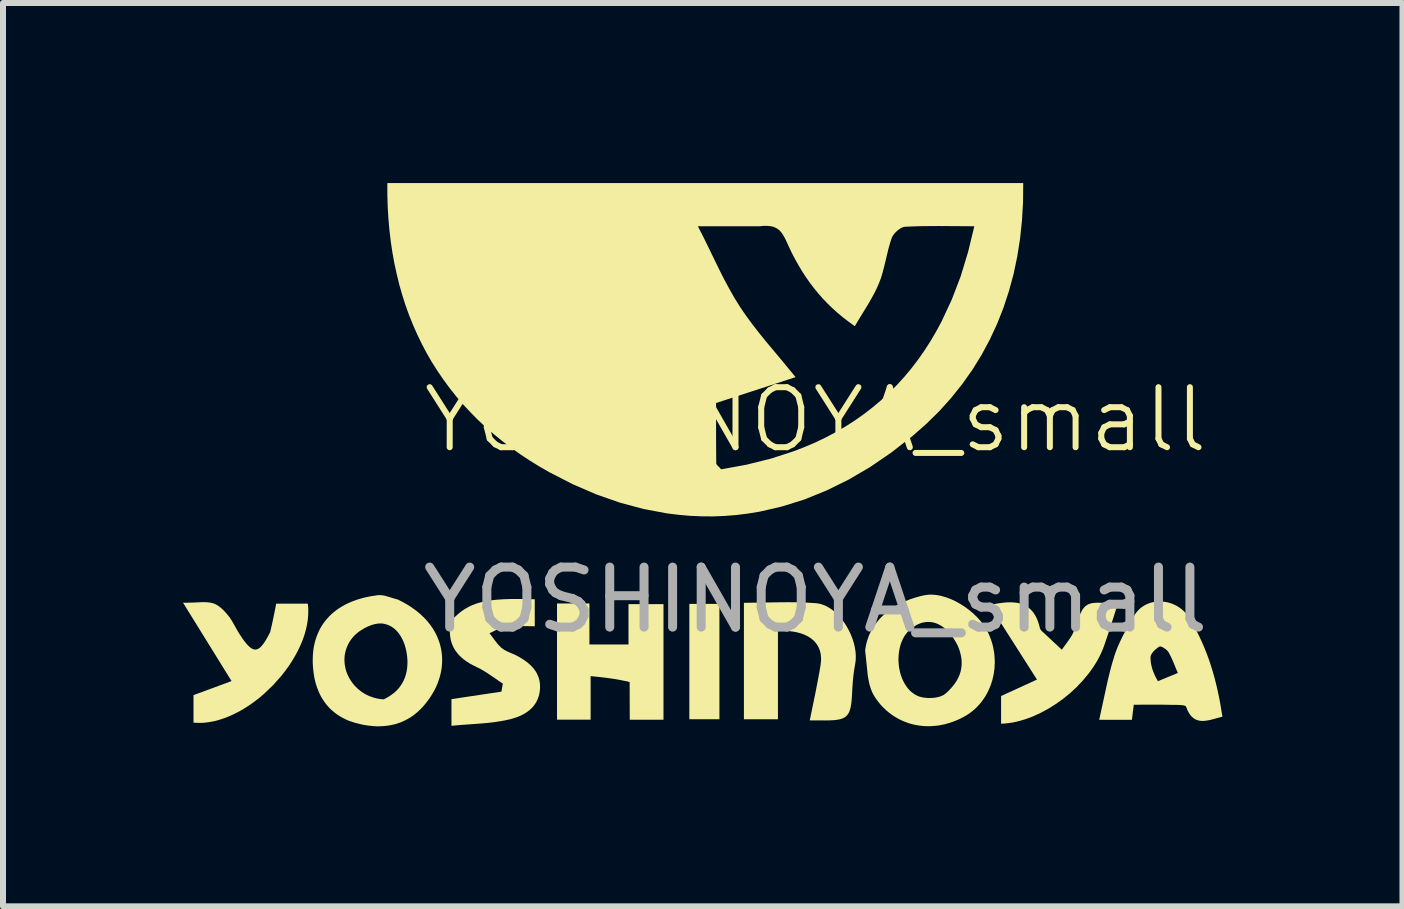
<source format=kicad_pcb>
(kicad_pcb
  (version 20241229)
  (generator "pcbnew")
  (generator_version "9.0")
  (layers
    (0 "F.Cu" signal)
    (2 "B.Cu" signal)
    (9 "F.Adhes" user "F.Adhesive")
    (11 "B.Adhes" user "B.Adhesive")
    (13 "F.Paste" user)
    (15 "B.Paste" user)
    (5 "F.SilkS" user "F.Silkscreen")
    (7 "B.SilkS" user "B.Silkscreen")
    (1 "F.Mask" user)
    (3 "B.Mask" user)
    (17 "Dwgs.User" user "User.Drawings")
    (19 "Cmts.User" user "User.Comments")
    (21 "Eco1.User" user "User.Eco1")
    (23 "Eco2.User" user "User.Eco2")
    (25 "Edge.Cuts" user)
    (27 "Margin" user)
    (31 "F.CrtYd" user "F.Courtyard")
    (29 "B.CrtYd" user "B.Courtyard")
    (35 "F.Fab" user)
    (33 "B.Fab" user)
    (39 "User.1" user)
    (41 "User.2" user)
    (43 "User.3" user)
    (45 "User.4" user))
  (footprint "YOSHINOYA_small"
    (layer "F.Cu")
    (at 10.538 4.444)
    (property "Reference" "YOSHINOYA_small" (at 0 -0.5 0) (unlocked yes) (layer "F.SilkS") (effects (font (size 1 1) (thickness 0.1))))
    (attr smd)
    (fp_poly (pts (xy -1.601 4.49) (xy -2.102 4.49) (xy -2.102 2.568) (xy -1.601 2.568)) (stroke (width 0) (type solid)) (fill yes) (layer "F.SilkS"))
    (fp_poly (pts (xy -3.767 3.244) (xy -3.116 3.244) (xy -3.116 2.572) (xy -2.533 2.572) (xy -2.533 4.498) (xy -3.095 4.498) (xy -3.096 4.199) (xy -3.097 3.87) (xy -3.175 3.852) (xy -3.254 3.836) (xy -3.332 3.822) (xy -3.412 3.81) (xy -3.493 3.799) (xy -3.575 3.789) (xy -3.747 3.771) (xy -3.747 4.497) (xy -4.307 4.497) (xy -4.307 2.561) (xy -3.767 2.561)) (stroke (width 0) (type solid)) (fill yes) (layer "F.SilkS"))
    (fp_poly (pts (xy -10.16 2.54) (xy -10.135 2.541) (xy -10.11 2.544) (xy -10.086 2.547) (xy -10.063 2.552) (xy -10.041 2.557) (xy -10.023 2.563) (xy -10.005 2.57) (xy -9.988 2.579) (xy -9.971 2.588) (xy -9.954 2.599) (xy -9.938 2.611) (xy -9.921 2.623) (xy -9.905 2.636) (xy -9.89 2.65) (xy -9.874 2.664) (xy -9.859 2.679) (xy -9.845 2.694) (xy -9.831 2.71) (xy -9.817 2.725) (xy -9.791 2.756) (xy -9.776 2.774) (xy -9.762 2.793) (xy -9.749 2.812) (xy -9.736 2.832) (xy -9.712 2.872) (xy -9.688 2.913) (xy -9.642 2.996) (xy -9.618 3.037) (xy -9.606 3.057) (xy -9.593 3.077) (xy -9.553 3.138) (xy -9.515 3.19) (xy -9.497 3.213) (xy -9.48 3.234) (xy -9.463 3.252) (xy -9.446 3.269) (xy -9.43 3.284) (xy -9.415 3.297) (xy -9.399 3.307) (xy -9.385 3.316) (xy -9.37 3.322) (xy -9.356 3.326) (xy -9.341 3.328) (xy -9.327 3.328) (xy -9.313 3.326) (xy -9.299 3.322) (xy -9.285 3.316) (xy -9.271 3.307) (xy -9.257 3.297) (xy -9.243 3.284) (xy -9.229 3.269) (xy -9.215 3.252) (xy -9.2 3.233) (xy -9.185 3.212) (xy -9.17 3.189) (xy -9.154 3.163) (xy -9.121 3.105) (xy -9.087 3.039) (xy -9.058 2.917) (xy -9.033 2.799) (xy -9.009 2.683) (xy -8.986 2.564) (xy -8.459 2.564) (xy -8.452 2.648) (xy -8.452 2.733) (xy -8.458 2.82) (xy -8.471 2.907) (xy -8.49 2.995) (xy -8.515 3.083) (xy -8.546 3.172) (xy -8.583 3.26) (xy -8.624 3.347) (xy -8.671 3.434) (xy -8.722 3.52) (xy -8.777 3.604) (xy -8.837 3.686) (xy -8.9 3.767) (xy -9.036 3.92) (xy -9.185 4.063) (xy -9.262 4.129) (xy -9.342 4.191) (xy -9.424 4.25) (xy -9.507 4.304) (xy -9.592 4.354) (xy -9.678 4.398) (xy -9.764 4.438) (xy -9.851 4.472) (xy -9.937 4.501) (xy -10.024 4.523) (xy -10.11 4.539) (xy -10.196 4.549) (xy -10.281 4.551) (xy -10.364 4.547) (xy -10.364 4.088) (xy -9.73 3.854) (xy -10.538 2.549) (xy -10.452 2.548) (xy -10.375 2.546) (xy -10.243 2.54) (xy -10.187 2.539)) (stroke (width 0) (type solid)) (fill yes) (layer "F.SilkS"))
    (fp_poly (pts (xy 3.334 2.547) (xy 3.364 2.552) (xy 3.393 2.558) (xy 3.421 2.566) (xy 3.448 2.575) (xy 3.474 2.586) (xy 3.499 2.599) (xy 3.523 2.613) (xy 3.546 2.629) (xy 3.568 2.646) (xy 3.589 2.666) (xy 3.609 2.687) (xy 3.628 2.71) (xy 3.645 2.735) (xy 3.662 2.762) (xy 3.677 2.791) (xy 3.692 2.823) (xy 3.705 2.856) (xy 3.717 2.891) (xy 3.728 2.929) (xy 3.738 2.969) (xy 3.739 2.972) (xy 3.74 2.976) (xy 3.741 2.979) (xy 3.743 2.983) (xy 3.745 2.986) (xy 3.746 2.989) (xy 3.748 2.992) (xy 3.75 2.996) (xy 3.755 3.002) (xy 3.76 3.008) (xy 3.765 3.015) (xy 3.771 3.021) (xy 3.777 3.027) (xy 3.783 3.033) (xy 3.796 3.044) (xy 3.809 3.056) (xy 3.821 3.067) (xy 3.892 3.134) (xy 3.963 3.2) (xy 4.105 3.332) (xy 4.118 3.312) (xy 4.132 3.292) (xy 4.161 3.252) (xy 4.19 3.213) (xy 4.218 3.173) (xy 4.232 3.153) (xy 4.246 3.133) (xy 4.258 3.113) (xy 4.271 3.092) (xy 4.282 3.072) (xy 4.292 3.05) (xy 4.302 3.029) (xy 4.31 3.007) (xy 4.366 2.846) (xy 4.391 2.782) (xy 4.415 2.726) (xy 4.427 2.702) (xy 4.439 2.68) (xy 4.451 2.659) (xy 4.464 2.641) (xy 4.478 2.625) (xy 4.492 2.61) (xy 4.508 2.598) (xy 4.524 2.587) (xy 4.541 2.577) (xy 4.56 2.569) (xy 4.58 2.563) (xy 4.602 2.557) (xy 4.626 2.553) (xy 4.651 2.551) (xy 4.678 2.549) (xy 4.707 2.548) (xy 4.773 2.55) (xy 4.849 2.555) (xy 5.034 2.571) (xy 4.983 2.736) (xy 4.93 2.901) (xy 4.875 3.07) (xy 4.816 3.245) (xy 4.793 3.308) (xy 4.767 3.37) (xy 4.738 3.432) (xy 4.706 3.494) (xy 4.67 3.555) (xy 4.632 3.615) (xy 4.591 3.674) (xy 4.548 3.732) (xy 4.454 3.845) (xy 4.352 3.953) (xy 4.242 4.055) (xy 4.125 4.15) (xy 4.003 4.237) (xy 3.877 4.316) (xy 3.748 4.385) (xy 3.617 4.445) (xy 3.551 4.47) (xy 3.485 4.493) (xy 3.418 4.513) (xy 3.352 4.53) (xy 3.287 4.544) (xy 3.221 4.554) (xy 3.156 4.561) (xy 3.092 4.565) (xy 3.092 4.103) (xy 3.69 3.829) (xy 2.9 2.59) (xy 2.981 2.571) (xy 3.059 2.557) (xy 3.133 2.548) (xy 3.204 2.542) (xy 3.271 2.542)) (stroke (width 0) (type solid)) (fill yes) (layer "F.SilkS"))
    (fp_poly (pts (xy -0.289 2.542) (xy -0.138 2.547) (xy 0.013 2.557) (xy 0.049 2.562) (xy 0.085 2.57) (xy 0.12 2.581) (xy 0.154 2.594) (xy 0.189 2.611) (xy 0.222 2.63) (xy 0.255 2.651) (xy 0.287 2.674) (xy 0.319 2.7) (xy 0.349 2.727) (xy 0.379 2.757) (xy 0.407 2.788) (xy 0.435 2.821) (xy 0.461 2.855) (xy 0.486 2.891) (xy 0.51 2.928) (xy 0.532 2.966) (xy 0.553 3.005) (xy 0.573 3.044) (xy 0.591 3.085) (xy 0.607 3.126) (xy 0.622 3.167) (xy 0.635 3.209) (xy 0.646 3.25) (xy 0.655 3.292) (xy 0.662 3.334) (xy 0.668 3.375) (xy 0.671 3.416) (xy 0.671 3.457) (xy 0.67 3.496) (xy 0.666 3.535) (xy 0.66 3.573) (xy 0.65 3.632) (xy 0.641 3.691) (xy 0.633 3.75) (xy 0.627 3.809) (xy 0.621 3.868) (xy 0.617 3.928) (xy 0.613 3.987) (xy 0.61 4.047) (xy 0.606 4.119) (xy 0.601 4.184) (xy 0.594 4.242) (xy 0.585 4.292) (xy 0.579 4.315) (xy 0.573 4.336) (xy 0.566 4.355) (xy 0.559 4.373) (xy 0.55 4.39) (xy 0.54 4.405) (xy 0.53 4.419) (xy 0.518 4.432) (xy 0.506 4.444) (xy 0.492 4.454) (xy 0.477 4.463) (xy 0.461 4.472) (xy 0.443 4.479) (xy 0.424 4.485) (xy 0.404 4.491) (xy 0.382 4.495) (xy 0.358 4.499) (xy 0.333 4.503) (xy 0.278 4.507) (xy 0.216 4.509) (xy 0.146 4.51) (xy 0.09 4.509) (xy 0.032 4.509) (xy -0.096 4.509) (xy 0.001 4.039) (xy 0.045 3.81) (xy 0.066 3.696) (xy 0.085 3.582) (xy 0.089 3.548) (xy 0.092 3.514) (xy 0.093 3.482) (xy 0.091 3.451) (xy 0.088 3.42) (xy 0.084 3.391) (xy 0.077 3.362) (xy 0.068 3.335) (xy 0.058 3.308) (xy 0.046 3.283) (xy 0.032 3.258) (xy 0.017 3.235) (xy -0.001 3.213) (xy -0.019 3.191) (xy -0.04 3.171) (xy -0.062 3.153) (xy -0.086 3.135) (xy -0.112 3.118) (xy -0.139 3.103) (xy -0.167 3.089) (xy -0.198 3.076) (xy -0.229 3.064) (xy -0.262 3.054) (xy -0.297 3.045) (xy -0.333 3.037) (xy -0.371 3.03) (xy -0.41 3.025) (xy -0.451 3.021) (xy -0.493 3.019) (xy -0.536 3.017) (xy -0.58 3.018) (xy -0.626 3.019) (xy -0.626 4.49) (xy -1.193 4.49) (xy -1.193 2.55) (xy -0.894 2.546) (xy -0.592 2.541) (xy -0.441 2.54)) (stroke (width 0) (type solid)) (fill yes) (layer "F.SilkS"))
    (fp_poly (pts (xy -4.827 2.487) (xy -4.678 2.491) (xy -4.678 2.941) (xy -4.734 2.94) (xy -4.793 2.939) (xy -4.913 2.937) (xy -4.975 2.936) (xy -5.037 2.937) (xy -5.099 2.941) (xy -5.13 2.943) (xy -5.161 2.946) (xy -5.179 2.949) (xy -5.196 2.952) (xy -5.213 2.957) (xy -5.23 2.962) (xy -5.247 2.969) (xy -5.264 2.976) (xy -5.281 2.983) (xy -5.298 2.991) (xy -5.332 3.008) (xy -5.365 3.025) (xy -5.399 3.041) (xy -5.415 3.049) (xy -5.432 3.057) (xy -5.408 3.088) (xy -5.384 3.12) (xy -5.337 3.184) (xy -5.312 3.216) (xy -5.3 3.231) (xy -5.287 3.246) (xy -5.274 3.26) (xy -5.26 3.274) (xy -5.246 3.288) (xy -5.232 3.301) (xy -5.218 3.311) (xy -5.204 3.321) (xy -5.19 3.331) (xy -5.175 3.34) (xy -5.159 3.348) (xy -5.144 3.356) (xy -5.112 3.371) (xy -5.046 3.399) (xy -5.014 3.413) (xy -4.997 3.421) (xy -4.982 3.429) (xy -4.937 3.453) (xy -4.894 3.479) (xy -4.853 3.505) (xy -4.814 3.534) (xy -4.777 3.564) (xy -4.742 3.595) (xy -4.711 3.629) (xy -4.696 3.646) (xy -4.683 3.664) (xy -4.67 3.682) (xy -4.657 3.701) (xy -4.646 3.721) (xy -4.636 3.741) (xy -4.627 3.761) (xy -4.618 3.782) (xy -4.611 3.804) (xy -4.604 3.826) (xy -4.599 3.849) (xy -4.595 3.873) (xy -4.592 3.897) (xy -4.59 3.921) (xy -4.59 3.947) (xy -4.59 3.973) (xy -4.592 4) (xy -4.595 4.027) (xy -4.6 4.054) (xy -4.605 4.081) (xy -4.612 4.106) (xy -4.62 4.13) (xy -4.629 4.154) (xy -4.639 4.176) (xy -4.65 4.198) (xy -4.662 4.219) (xy -4.674 4.238) (xy -4.688 4.257) (xy -4.702 4.275) (xy -4.718 4.293) (xy -4.734 4.309) (xy -4.75 4.325) (xy -4.768 4.34) (xy -4.786 4.354) (xy -4.805 4.368) (xy -4.824 4.381) (xy -4.864 4.405) (xy -4.905 4.426) (xy -4.948 4.445) (xy -4.993 4.461) (xy -5.038 4.476) (xy -5.084 4.489) (xy -5.129 4.499) (xy -5.185 4.511) (xy -5.241 4.521) (xy -5.355 4.539) (xy -5.469 4.552) (xy -5.586 4.562) (xy -5.823 4.579) (xy -5.943 4.588) (xy -6.066 4.599) (xy -6.066 4.155) (xy -5.233 4.03) (xy -5.222 3.963) (xy -5.216 3.93) (xy -5.21 3.896) (xy -5.264 3.861) (xy -5.316 3.824) (xy -5.422 3.752) (xy -5.475 3.716) (xy -5.529 3.683) (xy -5.557 3.667) (xy -5.584 3.651) (xy -5.613 3.637) (xy -5.641 3.623) (xy -5.7 3.594) (xy -5.756 3.564) (xy -5.808 3.531) (xy -5.856 3.497) (xy -5.879 3.478) (xy -5.9 3.46) (xy -5.921 3.44) (xy -5.941 3.42) (xy -5.959 3.4) (xy -5.976 3.378) (xy -5.993 3.356) (xy -6.008 3.333) (xy -6.022 3.31) (xy -6.035 3.286) (xy -6.046 3.26) (xy -6.057 3.235) (xy -6.066 3.208) (xy -6.074 3.18) (xy -6.08 3.152) (xy -6.085 3.123) (xy -6.089 3.092) (xy -6.092 3.061) (xy -6.093 3.029) (xy -6.093 2.996) (xy -6.091 2.962) (xy -6.088 2.927) (xy -6.083 2.89) (xy -6.077 2.853) (xy -6.02 2.795) (xy -5.963 2.744) (xy -5.935 2.72) (xy -5.906 2.697) (xy -5.876 2.676) (xy -5.846 2.656) (xy -5.816 2.638) (xy -5.784 2.62) (xy -5.752 2.604) (xy -5.719 2.589) (xy -5.685 2.576) (xy -5.649 2.563) (xy -5.612 2.551) (xy -5.574 2.541) (xy -5.534 2.531) (xy -5.493 2.523) (xy -5.449 2.515) (xy -5.404 2.509) (xy -5.308 2.498) (xy -5.203 2.491) (xy -5.089 2.487) (xy -4.963 2.486)) (stroke (width 0) (type solid)) (fill yes) (layer "F.SilkS"))
    (fp_poly (pts (xy 5.765 2.528) (xy 5.798 2.531) (xy 5.832 2.536) (xy 5.865 2.542) (xy 5.898 2.551) (xy 5.93 2.561) (xy 5.962 2.574) (xy 5.993 2.588) (xy 6.024 2.604) (xy 6.054 2.623) (xy 6.082 2.643) (xy 6.11 2.665) (xy 6.136 2.688) (xy 6.161 2.714) (xy 6.185 2.741) (xy 6.207 2.77) (xy 6.227 2.801) (xy 6.283 2.896) (xy 6.335 2.991) (xy 6.384 3.087) (xy 6.43 3.185) (xy 6.473 3.283) (xy 6.513 3.383) (xy 6.551 3.484) (xy 6.585 3.586) (xy 6.617 3.689) (xy 6.647 3.794) (xy 6.674 3.9) (xy 6.699 4.007) (xy 6.722 4.115) (xy 6.743 4.224) (xy 6.78 4.447) (xy 6.606 4.494) (xy 6.562 4.505) (xy 6.52 4.512) (xy 6.478 4.517) (xy 6.457 4.518) (xy 6.437 4.518) (xy 6.417 4.516) (xy 6.397 4.514) (xy 6.378 4.509) (xy 6.359 4.504) (xy 6.341 4.497) (xy 6.323 4.488) (xy 6.305 4.477) (xy 6.289 4.464) (xy 6.272 4.45) (xy 6.256 4.433) (xy 6.241 4.414) (xy 6.227 4.393) (xy 6.213 4.369) (xy 6.2 4.343) (xy 6.187 4.314) (xy 6.175 4.282) (xy 6.173 4.279) (xy 6.171 4.275) (xy 6.167 4.272) (xy 6.163 4.269) (xy 6.157 4.267) (xy 6.151 4.264) (xy 6.144 4.262) (xy 6.137 4.26) (xy 6.12 4.257) (xy 6.101 4.255) (xy 6.081 4.253) (xy 6.059 4.252) (xy 6.012 4.25) (xy 5.963 4.25) (xy 5.916 4.25) (xy 5.874 4.249) (xy 5.737 4.247) (xy 5.597 4.247) (xy 5.303 4.248) (xy 5.272 4.499) (xy 4.727 4.499) (xy 4.844 3.96) (xy 4.873 3.828) (xy 4.905 3.697) (xy 4.94 3.567) (xy 4.973 3.458) (xy 5.582 3.458) (xy 5.582 3.482) (xy 5.584 3.507) (xy 5.586 3.532) (xy 5.589 3.556) (xy 5.594 3.581) (xy 5.599 3.606) (xy 5.606 3.63) (xy 5.613 3.655) (xy 5.621 3.68) (xy 5.631 3.705) (xy 5.641 3.73) (xy 5.652 3.755) (xy 5.664 3.78) (xy 5.677 3.805) (xy 5.691 3.83) (xy 5.705 3.856) (xy 6.037 3.719) (xy 6.018 3.675) (xy 6 3.631) (xy 5.964 3.542) (xy 5.945 3.499) (xy 5.925 3.456) (xy 5.904 3.413) (xy 5.893 3.392) (xy 5.881 3.372) (xy 5.878 3.367) (xy 5.875 3.363) (xy 5.867 3.354) (xy 5.859 3.344) (xy 5.849 3.335) (xy 5.838 3.326) (xy 5.827 3.318) (xy 5.816 3.31) (xy 5.804 3.302) (xy 5.793 3.295) (xy 5.781 3.289) (xy 5.77 3.284) (xy 5.76 3.281) (xy 5.751 3.278) (xy 5.746 3.277) (xy 5.742 3.277) (xy 5.739 3.277) (xy 5.735 3.277) (xy 5.732 3.278) (xy 5.73 3.279) (xy 5.718 3.287) (xy 5.705 3.295) (xy 5.693 3.305) (xy 5.68 3.315) (xy 5.667 3.325) (xy 5.655 3.336) (xy 5.643 3.348) (xy 5.632 3.359) (xy 5.622 3.371) (xy 5.612 3.384) (xy 5.604 3.396) (xy 5.597 3.409) (xy 5.593 3.415) (xy 5.591 3.421) (xy 5.588 3.427) (xy 5.586 3.434) (xy 5.584 3.44) (xy 5.583 3.446) (xy 5.582 3.452) (xy 5.582 3.458) (xy 4.973 3.458) (xy 4.978 3.439) (xy 4.993 3.395) (xy 5.009 3.351) (xy 5.026 3.307) (xy 5.044 3.264) (xy 5.083 3.178) (xy 5.124 3.094) (xy 5.169 3.01) (xy 5.215 2.927) (xy 5.309 2.764) (xy 5.329 2.734) (xy 5.35 2.705) (xy 5.373 2.679) (xy 5.397 2.655) (xy 5.423 2.632) (xy 5.45 2.613) (xy 5.478 2.595) (xy 5.507 2.579) (xy 5.537 2.566) (xy 5.568 2.554) (xy 5.6 2.545) (xy 5.632 2.537) (xy 5.665 2.532) (xy 5.698 2.529) (xy 5.731 2.527)) (stroke (width 0) (type solid)) (fill yes) (layer "F.SilkS"))
    (fp_poly (pts (xy 3.458 -4.128) (xy 3.44 -3.818) (xy 3.408 -3.515) (xy 3.361 -3.218) (xy 3.3 -2.927) (xy 3.223 -2.644) (xy 3.132 -2.367) (xy 3.026 -2.098) (xy 2.904 -1.836) (xy 2.767 -1.581) (xy 2.615 -1.335) (xy 2.447 -1.097) (xy 2.263 -0.867) (xy 2.064 -0.645) (xy 1.848 -0.433) (xy 1.616 -0.229) (xy 1.266 0.044) (xy 0.911 0.287) (xy 0.551 0.498) (xy 0.185 0.678) (xy -0.184 0.828) (xy -0.558 0.945) (xy -0.935 1.032) (xy -1.125 1.063) (xy -1.316 1.087) (xy -1.508 1.102) (xy -1.7 1.11) (xy -1.892 1.109) (xy -2.086 1.101) (xy -2.28 1.084) (xy -2.474 1.06) (xy -2.865 0.987) (xy -3.256 0.882) (xy -3.649 0.745) (xy -4.043 0.575) (xy -4.437 0.373) (xy -4.605 0.276) (xy -4.767 0.176) (xy -4.924 0.072) (xy -5.076 -0.036) (xy -5.222 -0.147) (xy -5.363 -0.262) (xy -5.499 -0.38) (xy -5.629 -0.502) (xy -5.753 -0.628) (xy -5.873 -0.757) (xy -5.987 -0.89) (xy -6.095 -1.026) (xy -6.198 -1.166) (xy -6.296 -1.309) (xy -6.389 -1.455) (xy -6.476 -1.605) (xy -6.557 -1.758) (xy -6.633 -1.915) (xy -6.704 -2.075) (xy -6.77 -2.238) (xy -6.83 -2.404) (xy -6.884 -2.574) (xy -6.934 -2.747) (xy -6.977 -2.923) (xy -7.016 -3.102) (xy -7.049 -3.284) (xy -7.077 -3.47) (xy -7.099 -3.659) (xy -7.105 -3.724) (xy -1.96 -3.724) (xy -1.866 -3.54) (xy -1.778 -3.36) (xy -1.61 -3.015) (xy -1.527 -2.85) (xy -1.441 -2.69) (xy -1.353 -2.534) (xy -1.259 -2.383) (xy -1.208 -2.307) (xy -1.156 -2.232) (xy -1.048 -2.085) (xy -0.935 -1.94) (xy -0.819 -1.797) (xy -0.577 -1.508) (xy -0.455 -1.36) (xy -0.332 -1.21) (xy -1.657 -0.779) (xy -1.657 -0.291) (xy -1.656 -0.034) (xy -1.654 0.225) (xy -1.654 0.227) (xy -1.653 0.229) (xy -1.653 0.232) (xy -1.652 0.234) (xy -1.651 0.236) (xy -1.65 0.239) (xy -1.649 0.241) (xy -1.647 0.244) (xy -1.645 0.246) (xy -1.644 0.249) (xy -1.64 0.254) (xy -1.635 0.259) (xy -1.63 0.265) (xy -1.604 0.292) (xy -1.596 0.299) (xy -1.588 0.308) (xy -1.58 0.317) (xy -1.572 0.326) (xy -1.146 0.248) (xy -0.741 0.147) (xy -0.359 0.023) (xy -0.176 -0.048) (xy 0.002 -0.124) (xy 0.174 -0.207) (xy 0.34 -0.295) (xy 0.501 -0.389) (xy 0.657 -0.489) (xy 0.807 -0.595) (xy 0.952 -0.707) (xy 1.092 -0.825) (xy 1.226 -0.948) (xy 1.354 -1.077) (xy 1.478 -1.213) (xy 1.596 -1.354) (xy 1.708 -1.501) (xy 1.815 -1.653) (xy 1.917 -1.812) (xy 2.014 -1.977) (xy 2.105 -2.147) (xy 2.272 -2.506) (xy 2.418 -2.888) (xy 2.542 -3.295) (xy 2.646 -3.724) (xy 2.051 -3.728) (xy 1.77 -3.726) (xy 1.632 -3.722) (xy 1.494 -3.716) (xy 1.487 -3.715) (xy 1.479 -3.714) (xy 1.471 -3.712) (xy 1.462 -3.71) (xy 1.454 -3.707) (xy 1.446 -3.704) (xy 1.429 -3.696) (xy 1.412 -3.686) (xy 1.395 -3.675) (xy 1.378 -3.663) (xy 1.362 -3.649) (xy 1.346 -3.635) (xy 1.331 -3.62) (xy 1.317 -3.604) (xy 1.304 -3.588) (xy 1.293 -3.572) (xy 1.283 -3.556) (xy 1.275 -3.54) (xy 1.271 -3.532) (xy 1.268 -3.524) (xy 1.252 -3.477) (xy 1.238 -3.431) (xy 1.212 -3.336) (xy 1.189 -3.24) (xy 1.166 -3.144) (xy 1.143 -3.049) (xy 1.118 -2.954) (xy 1.105 -2.907) (xy 1.09 -2.861) (xy 1.073 -2.815) (xy 1.055 -2.77) (xy 1.035 -2.723) (xy 1.014 -2.677) (xy 0.991 -2.631) (xy 0.967 -2.585) (xy 0.918 -2.496) (xy 0.866 -2.407) (xy 0.759 -2.233) (xy 0.706 -2.146) (xy 0.655 -2.059) (xy 0.554 -2.132) (xy 0.457 -2.206) (xy 0.365 -2.283) (xy 0.278 -2.362) (xy 0.195 -2.442) (xy 0.116 -2.525) (xy 0.042 -2.61) (xy -0.029 -2.697) (xy -0.096 -2.785) (xy -0.159 -2.875) (xy -0.219 -2.967) (xy -0.275 -3.06) (xy -0.329 -3.155) (xy -0.38 -3.251) (xy -0.428 -3.349) (xy -0.473 -3.447) (xy -0.491 -3.487) (xy -0.509 -3.524) (xy -0.528 -3.557) (xy -0.546 -3.588) (xy -0.556 -3.602) (xy -0.566 -3.616) (xy -0.576 -3.628) (xy -0.587 -3.64) (xy -0.597 -3.652) (xy -0.609 -3.662) (xy -0.621 -3.672) (xy -0.633 -3.681) (xy -0.646 -3.689) (xy -0.659 -3.696) (xy -0.673 -3.703) (xy -0.688 -3.709) (xy -0.703 -3.715) (xy -0.72 -3.719) (xy -0.737 -3.723) (xy -0.754 -3.726) (xy -0.773 -3.728) (xy -0.793 -3.73) (xy -0.813 -3.731) (xy -0.835 -3.731) (xy -0.857 -3.73) (xy -0.881 -3.729) (xy -0.931 -3.724) (xy -1.96 -3.724) (xy -7.105 -3.724) (xy -7.116 -3.85) (xy -7.128 -4.045) (xy -7.134 -4.243) (xy -7.134 -4.444) (xy 3.461 -4.444)) (stroke (width 0) (type solid)) (fill yes) (layer "F.SilkS"))
    (fp_poly (pts (xy 1.958 2.415) (xy 1.995 2.418) (xy 2.033 2.423) (xy 2.071 2.43) (xy 2.109 2.439) (xy 2.186 2.462) (xy 2.263 2.492) (xy 2.34 2.528) (xy 2.414 2.57) (xy 2.487 2.616) (xy 2.557 2.668) (xy 2.623 2.723) (xy 2.685 2.782) (xy 2.742 2.844) (xy 2.793 2.909) (xy 2.837 2.976) (xy 2.857 3.01) (xy 2.874 3.044) (xy 2.896 3.093) (xy 2.916 3.142) (xy 2.933 3.191) (xy 2.948 3.241) (xy 2.96 3.291) (xy 2.97 3.342) (xy 2.978 3.392) (xy 2.983 3.443) (xy 2.987 3.544) (xy 2.982 3.644) (xy 2.968 3.743) (xy 2.946 3.84) (xy 2.915 3.933) (xy 2.876 4.023) (xy 2.854 4.066) (xy 2.829 4.109) (xy 2.802 4.149) (xy 2.774 4.189) (xy 2.744 4.227) (xy 2.711 4.264) (xy 2.677 4.299) (xy 2.641 4.332) (xy 2.603 4.363) (xy 2.563 4.393) (xy 2.522 4.42) (xy 2.478 4.446) (xy 2.425 4.474) (xy 2.371 4.499) (xy 2.317 4.521) (xy 2.263 4.541) (xy 2.209 4.558) (xy 2.155 4.573) (xy 2.102 4.584) (xy 2.048 4.594) (xy 1.995 4.6) (xy 1.942 4.604) (xy 1.889 4.606) (xy 1.837 4.605) (xy 1.785 4.602) (xy 1.734 4.596) (xy 1.683 4.588) (xy 1.634 4.578) (xy 1.585 4.565) (xy 1.536 4.55) (xy 1.489 4.532) (xy 1.443 4.513) (xy 1.397 4.491) (xy 1.353 4.467) (xy 1.31 4.441) (xy 1.268 4.413) (xy 1.228 4.382) (xy 1.188 4.35) (xy 1.151 4.315) (xy 1.114 4.279) (xy 1.079 4.241) (xy 1.046 4.2) (xy 1.015 4.158) (xy 0.985 4.114) (xy 0.962 4.075) (xy 0.942 4.034) (xy 0.925 3.991) (xy 0.91 3.946) (xy 0.897 3.9) (xy 0.887 3.853) (xy 0.878 3.804) (xy 0.87 3.755) (xy 0.844 3.503) (xy 1.382 3.503) (xy 1.384 3.544) (xy 1.387 3.585) (xy 1.392 3.625) (xy 1.4 3.665) (xy 1.408 3.705) (xy 1.419 3.744) (xy 1.432 3.782) (xy 1.446 3.818) (xy 1.462 3.854) (xy 1.48 3.888) (xy 1.5 3.921) (xy 1.521 3.952) (xy 1.544 3.981) (xy 1.569 4.009) (xy 1.596 4.034) (xy 1.625 4.056) (xy 1.655 4.077) (xy 1.687 4.094) (xy 1.712 4.106) (xy 1.74 4.115) (xy 1.77 4.123) (xy 1.802 4.129) (xy 1.835 4.133) (xy 1.869 4.136) (xy 1.903 4.136) (xy 1.937 4.135) (xy 1.971 4.133) (xy 2.004 4.128) (xy 2.036 4.122) (xy 2.067 4.114) (xy 2.095 4.104) (xy 2.121 4.092) (xy 2.134 4.086) (xy 2.145 4.079) (xy 2.155 4.071) (xy 2.165 4.063) (xy 2.205 4.028) (xy 2.242 3.99) (xy 2.277 3.951) (xy 2.31 3.91) (xy 2.325 3.889) (xy 2.34 3.867) (xy 2.354 3.845) (xy 2.366 3.822) (xy 2.378 3.799) (xy 2.389 3.775) (xy 2.399 3.751) (xy 2.408 3.726) (xy 2.416 3.701) (xy 2.422 3.675) (xy 2.427 3.648) (xy 2.431 3.621) (xy 2.434 3.594) (xy 2.435 3.566) (xy 2.435 3.537) (xy 2.434 3.508) (xy 2.431 3.478) (xy 2.426 3.448) (xy 2.42 3.417) (xy 2.412 3.385) (xy 2.403 3.353) (xy 2.392 3.32) (xy 2.379 3.286) (xy 2.364 3.252) (xy 2.344 3.215) (xy 2.324 3.181) (xy 2.304 3.148) (xy 2.283 3.117) (xy 2.261 3.087) (xy 2.238 3.06) (xy 2.215 3.034) (xy 2.192 3.01) (xy 2.168 2.988) (xy 2.143 2.967) (xy 2.118 2.949) (xy 2.093 2.933) (xy 2.068 2.918) (xy 2.042 2.905) (xy 2.016 2.894) (xy 1.989 2.885) (xy 1.963 2.878) (xy 1.936 2.873) (xy 1.909 2.87) (xy 1.882 2.869) (xy 1.855 2.869) (xy 1.828 2.872) (xy 1.8 2.877) (xy 1.773 2.883) (xy 1.746 2.892) (xy 1.719 2.903) (xy 1.692 2.915) (xy 1.665 2.93) (xy 1.639 2.947) (xy 1.613 2.965) (xy 1.586 2.986) (xy 1.561 3.009) (xy 1.535 3.035) (xy 1.512 3.063) (xy 1.49 3.092) (xy 1.471 3.124) (xy 1.453 3.157) (xy 1.438 3.192) (xy 1.424 3.227) (xy 1.413 3.265) (xy 1.403 3.303) (xy 1.395 3.342) (xy 1.389 3.381) (xy 1.385 3.422) (xy 1.383 3.462) (xy 1.382 3.503) (xy 0.844 3.503) (xy 0.827 3.344) (xy 0.835 3.291) (xy 0.845 3.24) (xy 0.858 3.19) (xy 0.873 3.143) (xy 0.89 3.097) (xy 0.91 3.052) (xy 0.931 3.01) (xy 0.955 2.969) (xy 0.98 2.93) (xy 1.007 2.892) (xy 1.036 2.856) (xy 1.066 2.821) (xy 1.097 2.788) (xy 1.13 2.757) (xy 1.164 2.727) (xy 1.198 2.698) (xy 1.271 2.645) (xy 1.347 2.598) (xy 1.425 2.557) (xy 1.504 2.52) (xy 1.583 2.489) (xy 1.662 2.463) (xy 1.74 2.441) (xy 1.816 2.424) (xy 1.85 2.419) (xy 1.886 2.415) (xy 1.922 2.414)) (stroke (width 0) (type solid)) (fill yes) (layer "F.SilkS"))
    (fp_poly (pts (xy -7.235 2.423) (xy -7.216 2.425) (xy -7.197 2.428) (xy -7.177 2.432) (xy -7.158 2.437) (xy -7.138 2.443) (xy -7.096 2.455) (xy -7.054 2.468) (xy -7.009 2.482) (xy -6.986 2.488) (xy -6.963 2.494) (xy -6.884 2.534) (xy -6.809 2.576) (xy -6.739 2.62) (xy -6.674 2.666) (xy -6.613 2.714) (xy -6.557 2.764) (xy -6.505 2.815) (xy -6.458 2.868) (xy -6.415 2.923) (xy -6.377 2.978) (xy -6.343 3.035) (xy -6.313 3.093) (xy -6.288 3.152) (xy -6.266 3.212) (xy -6.249 3.272) (xy -6.236 3.333) (xy -6.227 3.395) (xy -6.222 3.456) (xy -6.221 3.518) (xy -6.224 3.58) (xy -6.23 3.642) (xy -6.241 3.704) (xy -6.255 3.766) (xy -6.274 3.827) (xy -6.295 3.888) (xy -6.321 3.948) (xy -6.35 4.007) (xy -6.383 4.065) (xy -6.419 4.123) (xy -6.459 4.179) (xy -6.502 4.234) (xy -6.548 4.288) (xy -6.578 4.319) (xy -6.608 4.348) (xy -6.639 4.376) (xy -6.671 4.402) (xy -6.702 4.427) (xy -6.735 4.449) (xy -6.768 4.47) (xy -6.801 4.489) (xy -6.835 4.507) (xy -6.869 4.523) (xy -6.903 4.538) (xy -6.938 4.551) (xy -7.008 4.573) (xy -7.08 4.589) (xy -7.153 4.6) (xy -7.226 4.606) (xy -7.3 4.608) (xy -7.374 4.604) (xy -7.448 4.596) (xy -7.522 4.585) (xy -7.596 4.569) (xy -7.67 4.55) (xy -7.741 4.527) (xy -7.776 4.515) (xy -7.809 4.501) (xy -7.842 4.485) (xy -7.874 4.469) (xy -7.905 4.452) (xy -7.935 4.434) (xy -7.964 4.415) (xy -7.993 4.395) (xy -8.02 4.373) (xy -8.047 4.351) (xy -8.072 4.328) (xy -8.097 4.304) (xy -8.121 4.278) (xy -8.143 4.252) (xy -8.165 4.225) (xy -8.186 4.196) (xy -8.205 4.167) (xy -8.224 4.137) (xy -8.242 4.106) (xy -8.258 4.074) (xy -8.274 4.04) (xy -8.288 4.006) (xy -8.302 3.971) (xy -8.314 3.935) (xy -8.326 3.898) (xy -8.336 3.86) (xy -8.345 3.822) (xy -8.353 3.782) (xy -8.365 3.7) (xy -8.373 3.623) (xy -8.377 3.55) (xy -8.377 3.492) (xy -7.849 3.492) (xy -7.848 3.534) (xy -7.844 3.576) (xy -7.837 3.617) (xy -7.828 3.658) (xy -7.816 3.698) (xy -7.801 3.738) (xy -7.783 3.777) (xy -7.763 3.814) (xy -7.74 3.851) (xy -7.715 3.886) (xy -7.688 3.92) (xy -7.658 3.952) (xy -7.626 3.983) (xy -7.592 4.011) (xy -7.556 4.038) (xy -7.518 4.062) (xy -7.478 4.084) (xy -7.435 4.104) (xy -7.391 4.12) (xy -7.345 4.135) (xy -7.298 4.146) (xy -7.248 4.154) (xy -7.198 4.159) (xy -7.169 4.146) (xy -7.142 4.131) (xy -7.116 4.116) (xy -7.091 4.101) (xy -7.067 4.084) (xy -7.044 4.067) (xy -7.022 4.05) (xy -7.001 4.032) (xy -6.982 4.013) (xy -6.963 3.994) (xy -6.945 3.974) (xy -6.929 3.953) (xy -6.913 3.932) (xy -6.899 3.91) (xy -6.885 3.888) (xy -6.873 3.866) (xy -6.861 3.842) (xy -6.851 3.819) (xy -6.841 3.794) (xy -6.833 3.77) (xy -6.825 3.745) (xy -6.819 3.719) (xy -6.813 3.693) (xy -6.808 3.666) (xy -6.805 3.639) (xy -6.802 3.612) (xy -6.8 3.584) (xy -6.799 3.556) (xy -6.799 3.527) (xy -6.8 3.498) (xy -6.802 3.469) (xy -6.805 3.439) (xy -6.811 3.392) (xy -6.82 3.345) (xy -6.831 3.299) (xy -6.844 3.254) (xy -6.86 3.21) (xy -6.879 3.167) (xy -6.9 3.127) (xy -6.923 3.088) (xy -6.949 3.052) (xy -6.978 3.019) (xy -6.993 3.003) (xy -7.009 2.988) (xy -7.026 2.975) (xy -7.043 2.962) (xy -7.061 2.95) (xy -7.08 2.939) (xy -7.1 2.929) (xy -7.12 2.92) (xy -7.141 2.913) (xy -7.162 2.906) (xy -7.185 2.901) (xy -7.208 2.896) (xy -7.223 2.895) (xy -7.238 2.894) (xy -7.271 2.894) (xy -7.304 2.898) (xy -7.338 2.904) (xy -7.373 2.913) (xy -7.409 2.925) (xy -7.444 2.939) (xy -7.479 2.954) (xy -7.514 2.972) (xy -7.548 2.992) (xy -7.58 3.012) (xy -7.612 3.034) (xy -7.641 3.058) (xy -7.668 3.081) (xy -7.693 3.106) (xy -7.715 3.131) (xy -7.743 3.168) (xy -7.768 3.206) (xy -7.789 3.245) (xy -7.807 3.285) (xy -7.822 3.326) (xy -7.833 3.367) (xy -7.842 3.408) (xy -7.847 3.45) (xy -7.849 3.492) (xy -8.377 3.492) (xy -8.377 3.478) (xy -8.374 3.41) (xy -8.368 3.344) (xy -8.358 3.28) (xy -8.345 3.219) (xy -8.329 3.161) (xy -8.31 3.104) (xy -8.288 3.051) (xy -8.264 2.999) (xy -8.237 2.95) (xy -8.207 2.903) (xy -8.175 2.859) (xy -8.14 2.817) (xy -8.104 2.777) (xy -8.065 2.739) (xy -8.024 2.704) (xy -7.981 2.67) (xy -7.936 2.639) (xy -7.889 2.61) (xy -7.841 2.583) (xy -7.791 2.558) (xy -7.74 2.535) (xy -7.634 2.496) (xy -7.523 2.464) (xy -7.408 2.44) (xy -7.291 2.423) (xy -7.272 2.422) (xy -7.254 2.422)) (stroke (width 0) (type solid)) (fill yes) (layer "F.SilkS"))
    (fp_text user "${REFERENCE}" (at 0 2.5 0) (unlocked yes) (layer "F.Fab") (effects (font (size 1 1) (thickness 0.15)))))
  (gr_rect
    (start -3 -3)
    (end 20.318 12.051)
    (stroke (width 0.1) (type default))
    (fill no)
    (layer "Edge.Cuts")))
</source>
